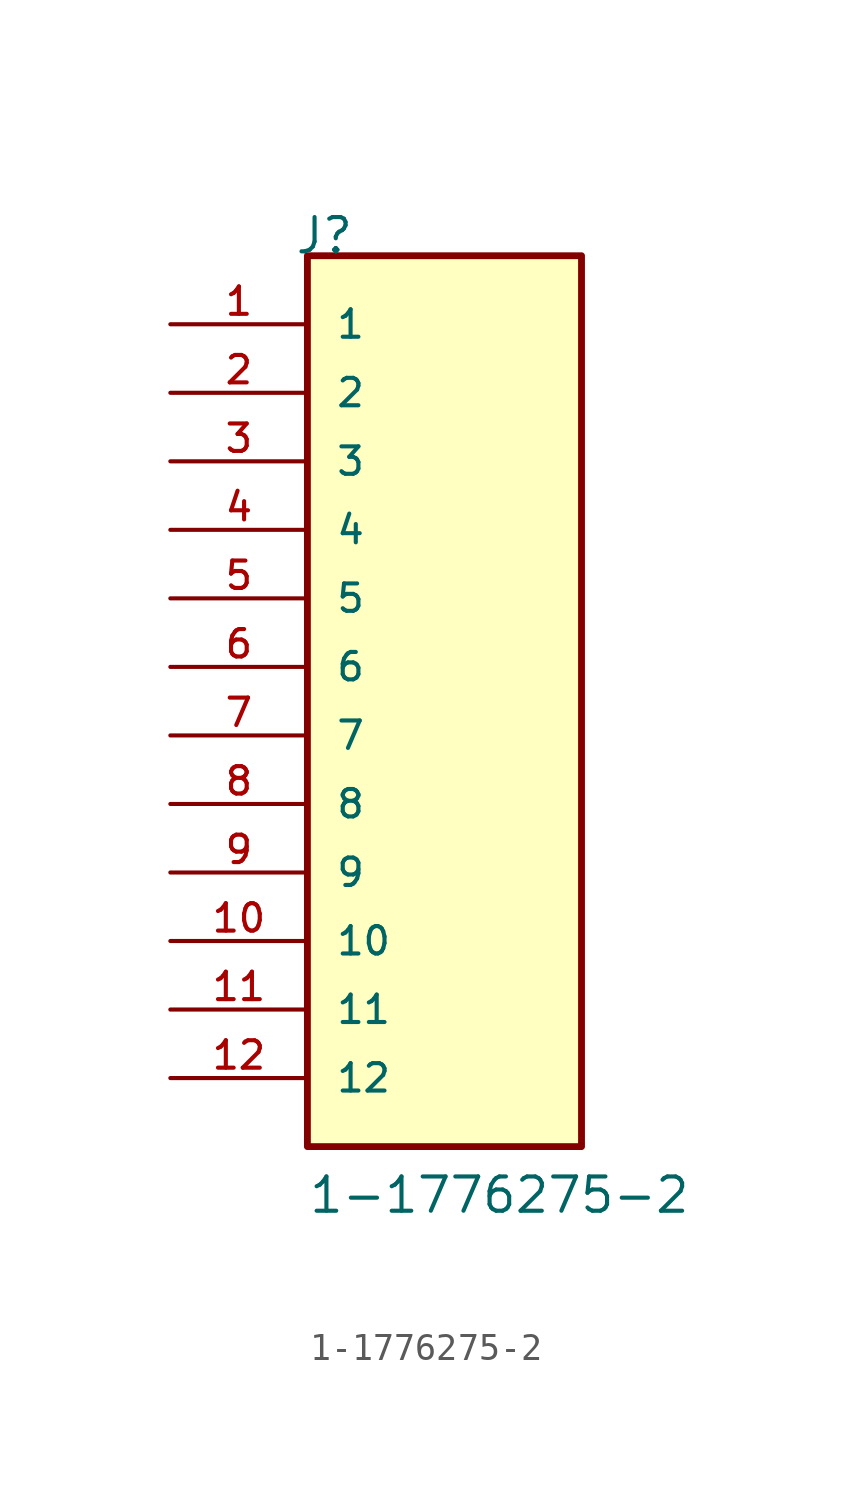
<source format=kicad_sym>
(kicad_symbol_lib
  (version 20211014)
  (generator kicad_symbol_editor)
  (symbol "1-1776275-2"
    (pin_names
      (offset 1.016))
    (property "Reference" "J"
      (at -5.58 17.78 0)
      (effects (font (size 1.27 1.27)) (justify bottom left)))
    (property "Value" "1-1776275-2"
      (at -5.08 -17.78 0)
      (effects (font (size 1.27 1.27)) (justify bottom left)))
    (symbol "1-1776275-2_0_0"
      (rectangle (start -5.08 -15.24) (end 5.08 17.78) (stroke (width 0.254)) (fill (type background)))
      (pin passive line (at -10.16 15.24 0) (length 5.08) (name "1" (effects (font (size 1.016 1.016)))) (number "1" (effects (font (size 1.016 1.016)))))
      (pin passive line (at -10.16 12.7 0) (length 5.08) (name "2" (effects (font (size 1.016 1.016)))) (number "2" (effects (font (size 1.016 1.016)))))
      (pin passive line (at -10.16 10.16 0) (length 5.08) (name "3" (effects (font (size 1.016 1.016)))) (number "3" (effects (font (size 1.016 1.016)))))
      (pin passive line (at -10.16 7.62 0) (length 5.08) (name "4" (effects (font (size 1.016 1.016)))) (number "4" (effects (font (size 1.016 1.016)))))
      (pin passive line (at -10.16 5.08 0) (length 5.08) (name "5" (effects (font (size 1.016 1.016)))) (number "5" (effects (font (size 1.016 1.016)))))
      (pin passive line (at -10.16 2.54 0) (length 5.08) (name "6" (effects (font (size 1.016 1.016)))) (number "6" (effects (font (size 1.016 1.016)))))
      (pin passive line (at -10.16 0.0 0) (length 5.08) (name "7" (effects (font (size 1.016 1.016)))) (number "7" (effects (font (size 1.016 1.016)))))
      (pin passive line (at -10.16 -2.54 0) (length 5.08) (name "8" (effects (font (size 1.016 1.016)))) (number "8" (effects (font (size 1.016 1.016)))))
      (pin passive line (at -10.16 -5.08 0) (length 5.08) (name "9" (effects (font (size 1.016 1.016)))) (number "9" (effects (font (size 1.016 1.016)))))
      (pin passive line (at -10.16 -7.62 0) (length 5.08) (name "10" (effects (font (size 1.016 1.016)))) (number "10" (effects (font (size 1.016 1.016)))))
      (pin passive line (at -10.16 -10.16 0) (length 5.08) (name "11" (effects (font (size 1.016 1.016)))) (number "11" (effects (font (size 1.016 1.016)))))
      (pin passive line (at -10.16 -12.7 0) (length 5.08) (name "12" (effects (font (size 1.016 1.016)))) (number "12" (effects (font (size 1.016 1.016))))))))
</source>
